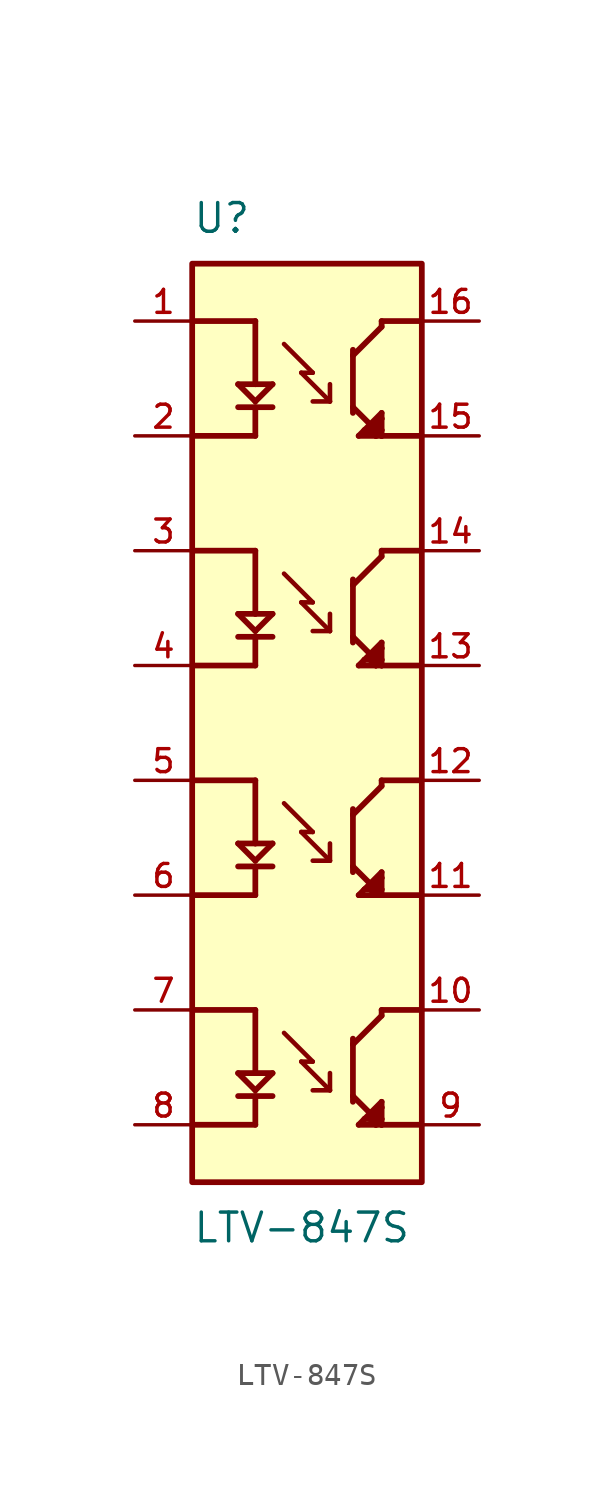
<source format=kicad_sym>
(kicad_symbol_lib
  (version 20220914)
  (generator kicad_symbol_editor)
  (symbol "LTV-847S"
    (pin_names
      (offset 1.016))
    (property "Reference" "U"
      (at -5.08 21.59 0)
      (effects (font (size 1.27 1.27)) (justify left bottom)))
    (property "Value" "LTV-847S"
      (at -5.08 -21.59 0)
      (effects (font (size 1.27 1.27)) (justify left top)))
    (symbol "LTV-847S_0_0"
      (rectangle (start -5.08 -20.32) (end 5.08 20.32) (stroke (width 0.254) (type default)) (fill (type background)))
      (polyline (pts (xy -5.08 -12.7) (xy -2.286 -12.7)) (stroke (width 0.254) (type default)) (fill (type none)))
      (polyline (pts (xy -5.08 -2.54) (xy -2.286 -2.54)) (stroke (width 0.254) (type default)) (fill (type none)))
      (polyline (pts (xy -5.08 7.62) (xy -2.286 7.62)) (stroke (width 0.254) (type default)) (fill (type none)))
      (polyline (pts (xy -5.08 17.78) (xy -2.286 17.78)) (stroke (width 0.254) (type default)) (fill (type none)))
      (polyline (pts (xy -3.048 -16.51) (xy -1.524 -16.51)) (stroke (width 0.254) (type default)) (fill (type none)))
      (polyline (pts (xy -3.048 -15.494) (xy -2.286 -16.256)) (stroke (width 0.254) (type default)) (fill (type none)))
      (polyline (pts (xy -3.048 -6.35) (xy -1.524 -6.35)) (stroke (width 0.254) (type default)) (fill (type none)))
      (polyline (pts (xy -3.048 -5.334) (xy -2.286 -6.096)) (stroke (width 0.254) (type default)) (fill (type none)))
      (polyline (pts (xy -3.048 3.81) (xy -1.524 3.81)) (stroke (width 0.254) (type default)) (fill (type none)))
      (polyline (pts (xy -3.048 4.826) (xy -2.286 4.064)) (stroke (width 0.254) (type default)) (fill (type none)))
      (polyline (pts (xy -3.048 13.97) (xy -1.524 13.97)) (stroke (width 0.254) (type default)) (fill (type none)))
      (polyline (pts (xy -3.048 14.986) (xy -2.286 14.224)) (stroke (width 0.254) (type default)) (fill (type none)))
      (polyline (pts (xy -2.286 -17.78) (xy -5.08 -17.78)) (stroke (width 0.254) (type default)) (fill (type none)))
      (polyline (pts (xy -2.286 -16.51) (xy -2.286 -17.78)) (stroke (width 0.254) (type default)) (fill (type none)))
      (polyline (pts (xy -2.286 -16.256) (xy -1.524 -15.494)) (stroke (width 0.254) (type default)) (fill (type none)))
      (polyline (pts (xy -2.286 -15.494) (xy -3.048 -15.494)) (stroke (width 0.254) (type default)) (fill (type none)))
      (polyline (pts (xy -2.286 -15.494) (xy -1.524 -15.494)) (stroke (width 0.254) (type default)) (fill (type none)))
      (polyline (pts (xy -2.286 -12.7) (xy -2.286 -15.494)) (stroke (width 0.254) (type default)) (fill (type none)))
      (polyline (pts (xy -2.286 -7.62) (xy -5.08 -7.62)) (stroke (width 0.254) (type default)) (fill (type none)))
      (polyline (pts (xy -2.286 -6.35) (xy -2.286 -7.62)) (stroke (width 0.254) (type default)) (fill (type none)))
      (polyline (pts (xy -2.286 -6.096) (xy -1.524 -5.334)) (stroke (width 0.254) (type default)) (fill (type none)))
      (polyline (pts (xy -2.286 -5.334) (xy -3.048 -5.334)) (stroke (width 0.254) (type default)) (fill (type none)))
      (polyline (pts (xy -2.286 -5.334) (xy -1.524 -5.334)) (stroke (width 0.254) (type default)) (fill (type none)))
      (polyline (pts (xy -2.286 -2.54) (xy -2.286 -5.334)) (stroke (width 0.254) (type default)) (fill (type none)))
      (polyline (pts (xy -2.286 2.54) (xy -5.08 2.54)) (stroke (width 0.254) (type default)) (fill (type none)))
      (polyline (pts (xy -2.286 3.81) (xy -2.286 2.54)) (stroke (width 0.254) (type default)) (fill (type none)))
      (polyline (pts (xy -2.286 4.064) (xy -1.524 4.826)) (stroke (width 0.254) (type default)) (fill (type none)))
      (polyline (pts (xy -2.286 4.826) (xy -3.048 4.826)) (stroke (width 0.254) (type default)) (fill (type none)))
      (polyline (pts (xy -2.286 4.826) (xy -1.524 4.826)) (stroke (width 0.254) (type default)) (fill (type none)))
      (polyline (pts (xy -2.286 7.62) (xy -2.286 4.826)) (stroke (width 0.254) (type default)) (fill (type none)))
      (polyline (pts (xy -2.286 12.7) (xy -5.08 12.7)) (stroke (width 0.254) (type default)) (fill (type none)))
      (polyline (pts (xy -2.286 13.97) (xy -2.286 12.7)) (stroke (width 0.254) (type default)) (fill (type none)))
      (polyline (pts (xy -2.286 14.224) (xy -1.524 14.986)) (stroke (width 0.254) (type default)) (fill (type none)))
      (polyline (pts (xy -2.286 14.986) (xy -3.048 14.986)) (stroke (width 0.254) (type default)) (fill (type none)))
      (polyline (pts (xy -2.286 14.986) (xy -1.524 14.986)) (stroke (width 0.254) (type default)) (fill (type none)))
      (polyline (pts (xy -2.286 17.78) (xy -2.286 14.986)) (stroke (width 0.254) (type default)) (fill (type none)))
      (polyline (pts (xy -1.016 -13.716) (xy 0.254 -14.986)) (stroke (width 0.203) (type default)) (fill (type none)))
      (polyline (pts (xy -1.016 -3.556) (xy 0.254 -4.826)) (stroke (width 0.203) (type default)) (fill (type none)))
      (polyline (pts (xy -1.016 6.604) (xy 0.254 5.334)) (stroke (width 0.203) (type default)) (fill (type none)))
      (polyline (pts (xy -1.016 16.764) (xy 0.254 15.494)) (stroke (width 0.203) (type default)) (fill (type none)))
      (polyline (pts (xy -0.254 -14.986) (xy 1.016 -16.256)) (stroke (width 0.203) (type default)) (fill (type none)))
      (polyline (pts (xy -0.254 -4.826) (xy 1.016 -6.096)) (stroke (width 0.203) (type default)) (fill (type none)))
      (polyline (pts (xy -0.254 5.334) (xy 1.016 4.064)) (stroke (width 0.203) (type default)) (fill (type none)))
      (polyline (pts (xy -0.254 15.494) (xy 1.016 14.224)) (stroke (width 0.203) (type default)) (fill (type none)))
      (polyline (pts (xy 0.254 -14.986) (xy -0.254 -14.986)) (stroke (width 0.203) (type default)) (fill (type none)))
      (polyline (pts (xy 0.254 -4.826) (xy -0.254 -4.826)) (stroke (width 0.203) (type default)) (fill (type none)))
      (polyline (pts (xy 0.254 5.334) (xy -0.254 5.334)) (stroke (width 0.203) (type default)) (fill (type none)))
      (polyline (pts (xy 0.254 15.494) (xy -0.254 15.494)) (stroke (width 0.203) (type default)) (fill (type none)))
      (polyline (pts (xy 1.016 -16.256) (xy 0.254 -16.256)) (stroke (width 0.203) (type default)) (fill (type none)))
      (polyline (pts (xy 1.016 -16.256) (xy 1.016 -15.494)) (stroke (width 0.203) (type default)) (fill (type none)))
      (polyline (pts (xy 1.016 -6.096) (xy 0.254 -6.096)) (stroke (width 0.203) (type default)) (fill (type none)))
      (polyline (pts (xy 1.016 -6.096) (xy 1.016 -5.334)) (stroke (width 0.203) (type default)) (fill (type none)))
      (polyline (pts (xy 1.016 4.064) (xy 0.254 4.064)) (stroke (width 0.203) (type default)) (fill (type none)))
      (polyline (pts (xy 1.016 4.064) (xy 1.016 4.826)) (stroke (width 0.203) (type default)) (fill (type none)))
      (polyline (pts (xy 1.016 14.224) (xy 0.254 14.224)) (stroke (width 0.203) (type default)) (fill (type none)))
      (polyline (pts (xy 1.016 14.224) (xy 1.016 14.986)) (stroke (width 0.203) (type default)) (fill (type none)))
      (polyline (pts (xy 2.032 -16.51) (xy 2.032 -16.764)) (stroke (width 0.254) (type default)) (fill (type none)))
      (polyline (pts (xy 2.032 -16.51) (xy 3.302 -17.78)) (stroke (width 0.254) (type default)) (fill (type none)))
      (polyline (pts (xy 2.032 -14.224) (xy 2.032 -16.51)) (stroke (width 0.254) (type default)) (fill (type none)))
      (polyline (pts (xy 2.032 -14.224) (xy 2.032 -13.97)) (stroke (width 0.254) (type default)) (fill (type none)))
      (polyline (pts (xy 2.032 -6.35) (xy 2.032 -6.604)) (stroke (width 0.254) (type default)) (fill (type none)))
      (polyline (pts (xy 2.032 -6.35) (xy 3.302 -7.62)) (stroke (width 0.254) (type default)) (fill (type none)))
      (polyline (pts (xy 2.032 -4.064) (xy 2.032 -6.35)) (stroke (width 0.254) (type default)) (fill (type none)))
      (polyline (pts (xy 2.032 -4.064) (xy 2.032 -3.81)) (stroke (width 0.254) (type default)) (fill (type none)))
      (polyline (pts (xy 2.032 3.81) (xy 2.032 3.556)) (stroke (width 0.254) (type default)) (fill (type none)))
      (polyline (pts (xy 2.032 3.81) (xy 3.302 2.54)) (stroke (width 0.254) (type default)) (fill (type none)))
      (polyline (pts (xy 2.032 6.096) (xy 2.032 3.81)) (stroke (width 0.254) (type default)) (fill (type none)))
      (polyline (pts (xy 2.032 6.096) (xy 2.032 6.35)) (stroke (width 0.254) (type default)) (fill (type none)))
      (polyline (pts (xy 2.032 13.97) (xy 2.032 13.716)) (stroke (width 0.254) (type default)) (fill (type none)))
      (polyline (pts (xy 2.032 13.97) (xy 3.302 12.7)) (stroke (width 0.254) (type default)) (fill (type none)))
      (polyline (pts (xy 2.032 16.256) (xy 2.032 13.97)) (stroke (width 0.254) (type default)) (fill (type none)))
      (polyline (pts (xy 2.032 16.256) (xy 2.032 16.51)) (stroke (width 0.254) (type default)) (fill (type none)))
      (polyline (pts (xy 2.286 -17.78) (xy 3.048 -17.78)) (stroke (width 0.254) (type default)) (fill (type none)))
      (polyline (pts (xy 2.286 -7.62) (xy 3.048 -7.62)) (stroke (width 0.254) (type default)) (fill (type none)))
      (polyline (pts (xy 2.286 2.54) (xy 3.048 2.54)) (stroke (width 0.254) (type default)) (fill (type none)))
      (polyline (pts (xy 2.286 12.7) (xy 3.048 12.7)) (stroke (width 0.254) (type default)) (fill (type none)))
      (polyline (pts (xy 2.54 -17.526) (xy 2.286 -17.78)) (stroke (width 0.254) (type default)) (fill (type none)))
      (polyline (pts (xy 2.54 -17.526) (xy 2.794 -17.526)) (stroke (width 0.254) (type default)) (fill (type none)))
      (polyline (pts (xy 2.54 -7.366) (xy 2.286 -7.62)) (stroke (width 0.254) (type default)) (fill (type none)))
      (polyline (pts (xy 2.54 -7.366) (xy 2.794 -7.366)) (stroke (width 0.254) (type default)) (fill (type none)))
      (polyline (pts (xy 2.54 2.794) (xy 2.286 2.54)) (stroke (width 0.254) (type default)) (fill (type none)))
      (polyline (pts (xy 2.54 2.794) (xy 2.794 2.794)) (stroke (width 0.254) (type default)) (fill (type none)))
      (polyline (pts (xy 2.54 12.954) (xy 2.286 12.7)) (stroke (width 0.254) (type default)) (fill (type none)))
      (polyline (pts (xy 2.54 12.954) (xy 2.794 12.954)) (stroke (width 0.254) (type default)) (fill (type none)))
      (polyline (pts (xy 2.794 -17.526) (xy 3.048 -17.78)) (stroke (width 0.254) (type default)) (fill (type none)))
      (polyline (pts (xy 2.794 -7.366) (xy 3.048 -7.62)) (stroke (width 0.254) (type default)) (fill (type none)))
      (polyline (pts (xy 2.794 2.794) (xy 3.048 2.54)) (stroke (width 0.254) (type default)) (fill (type none)))
      (polyline (pts (xy 2.794 12.954) (xy 3.048 12.7)) (stroke (width 0.254) (type default)) (fill (type none)))
      (polyline (pts (xy 3.048 -17.78) (xy 3.048 -17.272)) (stroke (width 0.254) (type default)) (fill (type none)))
      (polyline (pts (xy 3.048 -17.78) (xy 3.302 -17.78)) (stroke (width 0.254) (type default)) (fill (type none)))
      (polyline (pts (xy 3.048 -17.272) (xy 2.794 -17.526)) (stroke (width 0.254) (type default)) (fill (type none)))
      (polyline (pts (xy 3.048 -17.272) (xy 3.302 -17.018)) (stroke (width 0.254) (type default)) (fill (type none)))
      (polyline (pts (xy 3.048 -7.62) (xy 3.048 -7.112)) (stroke (width 0.254) (type default)) (fill (type none)))
      (polyline (pts (xy 3.048 -7.62) (xy 3.302 -7.62)) (stroke (width 0.254) (type default)) (fill (type none)))
      (polyline (pts (xy 3.048 -7.112) (xy 2.794 -7.366)) (stroke (width 0.254) (type default)) (fill (type none)))
      (polyline (pts (xy 3.048 -7.112) (xy 3.302 -6.858)) (stroke (width 0.254) (type default)) (fill (type none)))
      (polyline (pts (xy 3.048 2.54) (xy 3.048 3.048)) (stroke (width 0.254) (type default)) (fill (type none)))
      (polyline (pts (xy 3.048 2.54) (xy 3.302 2.54)) (stroke (width 0.254) (type default)) (fill (type none)))
      (polyline (pts (xy 3.048 3.048) (xy 2.794 2.794)) (stroke (width 0.254) (type default)) (fill (type none)))
      (polyline (pts (xy 3.048 3.048) (xy 3.302 3.302)) (stroke (width 0.254) (type default)) (fill (type none)))
      (polyline (pts (xy 3.048 12.7) (xy 3.048 13.208)) (stroke (width 0.254) (type default)) (fill (type none)))
      (polyline (pts (xy 3.048 12.7) (xy 3.302 12.7)) (stroke (width 0.254) (type default)) (fill (type none)))
      (polyline (pts (xy 3.048 13.208) (xy 2.794 12.954)) (stroke (width 0.254) (type default)) (fill (type none)))
      (polyline (pts (xy 3.048 13.208) (xy 3.302 13.462)) (stroke (width 0.254) (type default)) (fill (type none)))
      (polyline (pts (xy 3.302 -17.78) (xy 3.302 -17.526)) (stroke (width 0.254) (type default)) (fill (type none)))
      (polyline (pts (xy 3.302 -17.78) (xy 5.08 -17.78)) (stroke (width 0.254) (type default)) (fill (type none)))
      (polyline (pts (xy 3.302 -17.526) (xy 3.048 -17.272)) (stroke (width 0.254) (type default)) (fill (type none)))
      (polyline (pts (xy 3.302 -17.526) (xy 3.302 -17.018)) (stroke (width 0.254) (type default)) (fill (type none)))
      (polyline (pts (xy 3.302 -17.018) (xy 3.302 -16.764)) (stroke (width 0.254) (type default)) (fill (type none)))
      (polyline (pts (xy 3.302 -16.764) (xy 2.54 -17.526)) (stroke (width 0.254) (type default)) (fill (type none)))
      (polyline (pts (xy 3.302 -12.954) (xy 2.032 -14.224)) (stroke (width 0.254) (type default)) (fill (type none)))
      (polyline (pts (xy 3.302 -12.7) (xy 3.302 -12.954)) (stroke (width 0.254) (type default)) (fill (type none)))
      (polyline (pts (xy 3.302 -7.62) (xy 3.302 -7.366)) (stroke (width 0.254) (type default)) (fill (type none)))
      (polyline (pts (xy 3.302 -7.62) (xy 5.08 -7.62)) (stroke (width 0.254) (type default)) (fill (type none)))
      (polyline (pts (xy 3.302 -7.366) (xy 3.048 -7.112)) (stroke (width 0.254) (type default)) (fill (type none)))
      (polyline (pts (xy 3.302 -7.366) (xy 3.302 -6.858)) (stroke (width 0.254) (type default)) (fill (type none)))
      (polyline (pts (xy 3.302 -6.858) (xy 3.302 -6.604)) (stroke (width 0.254) (type default)) (fill (type none)))
      (polyline (pts (xy 3.302 -6.604) (xy 2.54 -7.366)) (stroke (width 0.254) (type default)) (fill (type none)))
      (polyline (pts (xy 3.302 -2.794) (xy 2.032 -4.064)) (stroke (width 0.254) (type default)) (fill (type none)))
      (polyline (pts (xy 3.302 -2.54) (xy 3.302 -2.794)) (stroke (width 0.254) (type default)) (fill (type none)))
      (polyline (pts (xy 3.302 2.54) (xy 3.302 2.794)) (stroke (width 0.254) (type default)) (fill (type none)))
      (polyline (pts (xy 3.302 2.54) (xy 5.08 2.54)) (stroke (width 0.254) (type default)) (fill (type none)))
      (polyline (pts (xy 3.302 2.794) (xy 3.048 3.048)) (stroke (width 0.254) (type default)) (fill (type none)))
      (polyline (pts (xy 3.302 2.794) (xy 3.302 3.302)) (stroke (width 0.254) (type default)) (fill (type none)))
      (polyline (pts (xy 3.302 3.302) (xy 3.302 3.556)) (stroke (width 0.254) (type default)) (fill (type none)))
      (polyline (pts (xy 3.302 3.556) (xy 2.54 2.794)) (stroke (width 0.254) (type default)) (fill (type none)))
      (polyline (pts (xy 3.302 7.366) (xy 2.032 6.096)) (stroke (width 0.254) (type default)) (fill (type none)))
      (polyline (pts (xy 3.302 7.62) (xy 3.302 7.366)) (stroke (width 0.254) (type default)) (fill (type none)))
      (polyline (pts (xy 3.302 12.7) (xy 3.302 12.954)) (stroke (width 0.254) (type default)) (fill (type none)))
      (polyline (pts (xy 3.302 12.7) (xy 5.08 12.7)) (stroke (width 0.254) (type default)) (fill (type none)))
      (polyline (pts (xy 3.302 12.954) (xy 3.048 13.208)) (stroke (width 0.254) (type default)) (fill (type none)))
      (polyline (pts (xy 3.302 12.954) (xy 3.302 13.462)) (stroke (width 0.254) (type default)) (fill (type none)))
      (polyline (pts (xy 3.302 13.462) (xy 3.302 13.716)) (stroke (width 0.254) (type default)) (fill (type none)))
      (polyline (pts (xy 3.302 13.716) (xy 2.54 12.954)) (stroke (width 0.254) (type default)) (fill (type none)))
      (polyline (pts (xy 3.302 17.526) (xy 2.032 16.256)) (stroke (width 0.254) (type default)) (fill (type none)))
      (polyline (pts (xy 3.302 17.78) (xy 3.302 17.526)) (stroke (width 0.254) (type default)) (fill (type none)))
      (polyline (pts (xy 5.08 -12.7) (xy 3.302 -12.7)) (stroke (width 0.254) (type default)) (fill (type none)))
      (polyline (pts (xy 5.08 -2.54) (xy 3.302 -2.54)) (stroke (width 0.254) (type default)) (fill (type none)))
      (polyline (pts (xy 5.08 7.62) (xy 3.302 7.62)) (stroke (width 0.254) (type default)) (fill (type none)))
      (polyline (pts (xy 5.08 17.78) (xy 3.302 17.78)) (stroke (width 0.254) (type default)) (fill (type none)))
      (pin passive line (at -7.62 17.78 0) (length 2.54) (name "~" (effects (font (size 1.016 1.016)))) (number "1" (effects (font (size 1.016 1.016)))))
      (pin passive line (at 7.62 -12.7 180) (length 2.54) (name "~" (effects (font (size 1.016 1.016)))) (number "10" (effects (font (size 1.016 1.016)))))
      (pin passive line (at 7.62 -7.62 180) (length 2.54) (name "~" (effects (font (size 1.016 1.016)))) (number "11" (effects (font (size 1.016 1.016)))))
      (pin passive line (at 7.62 -2.54 180) (length 2.54) (name "~" (effects (font (size 1.016 1.016)))) (number "12" (effects (font (size 1.016 1.016)))))
      (pin passive line (at 7.62 2.54 180) (length 2.54) (name "~" (effects (font (size 1.016 1.016)))) (number "13" (effects (font (size 1.016 1.016)))))
      (pin passive line (at 7.62 7.62 180) (length 2.54) (name "~" (effects (font (size 1.016 1.016)))) (number "14" (effects (font (size 1.016 1.016)))))
      (pin passive line (at 7.62 12.7 180) (length 2.54) (name "~" (effects (font (size 1.016 1.016)))) (number "15" (effects (font (size 1.016 1.016)))))
      (pin passive line (at 7.62 17.78 180) (length 2.54) (name "~" (effects (font (size 1.016 1.016)))) (number "16" (effects (font (size 1.016 1.016)))))
      (pin passive line (at -7.62 12.7 0) (length 2.54) (name "~" (effects (font (size 1.016 1.016)))) (number "2" (effects (font (size 1.016 1.016)))))
      (pin passive line (at -7.62 7.62 0) (length 2.54) (name "~" (effects (font (size 1.016 1.016)))) (number "3" (effects (font (size 1.016 1.016)))))
      (pin passive line (at -7.62 2.54 0) (length 2.54) (name "~" (effects (font (size 1.016 1.016)))) (number "4" (effects (font (size 1.016 1.016)))))
      (pin passive line (at -7.62 -2.54 0) (length 2.54) (name "~" (effects (font (size 1.016 1.016)))) (number "5" (effects (font (size 1.016 1.016)))))
      (pin passive line (at -7.62 -7.62 0) (length 2.54) (name "~" (effects (font (size 1.016 1.016)))) (number "6" (effects (font (size 1.016 1.016)))))
      (pin passive line (at -7.62 -12.7 0) (length 2.54) (name "~" (effects (font (size 1.016 1.016)))) (number "7" (effects (font (size 1.016 1.016)))))
      (pin passive line (at -7.62 -17.78 0) (length 2.54) (name "~" (effects (font (size 1.016 1.016)))) (number "8" (effects (font (size 1.016 1.016)))))
      (pin passive line (at 7.62 -17.78 180) (length 2.54) (name "~" (effects (font (size 1.016 1.016)))) (number "9" (effects (font (size 1.016 1.016))))))))
</source>
